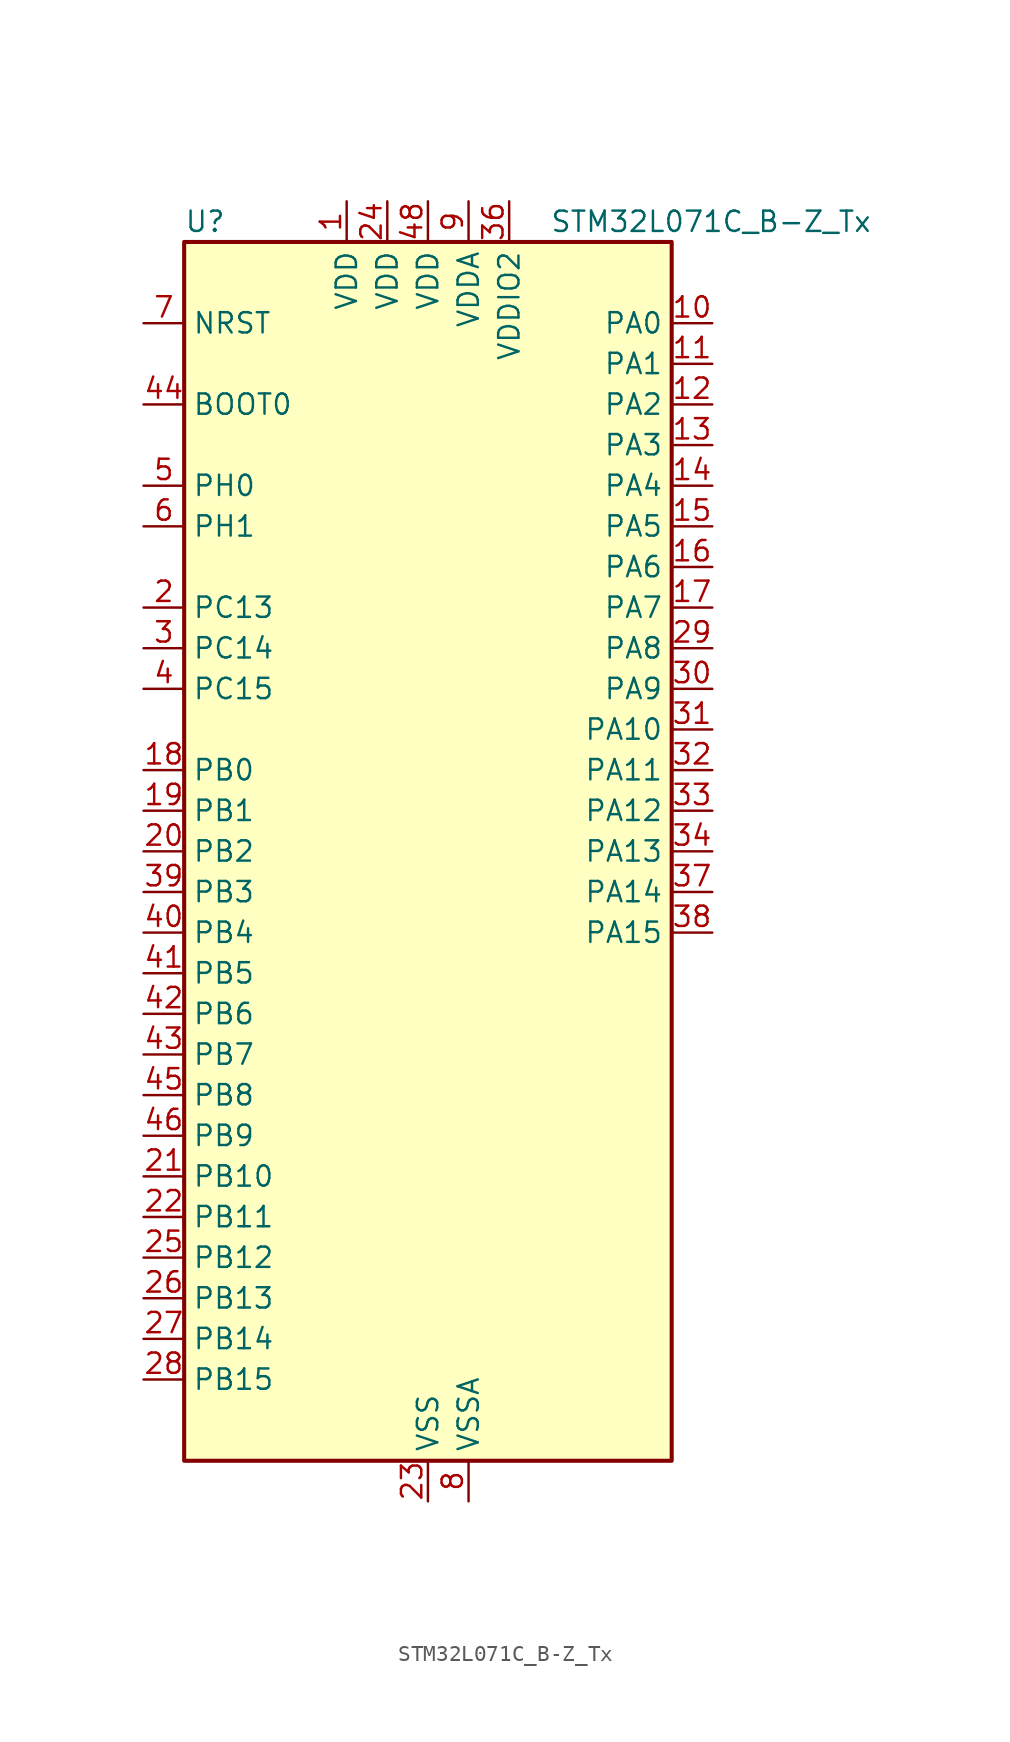
<source format=kicad_sym>
(kicad_symbol_lib
  (version 20241209)
  (generator "kicad_symbol_editor")
  (generator_version "9.0")
  (symbol "STM32L071C_B-Z_Tx"
    (property "Reference" "U"
      (at -15.24 39.37 0)
      (effects (font (size 1.27 1.27)) (justify left)))
    (property "Value" "STM32L071C_B-Z_Tx"
      (at 7.62 39.37 0)
      (effects (font (size 1.27 1.27)) (justify left)))
    (symbol "STM32L071C_B-Z_Tx_0_1"
      (rectangle (start -15.24 -38.1) (end 15.24 38.1) (stroke (width 0.254) (type default)) (fill (type background))))
    (symbol "STM32L071C_B-Z_Tx_1_1"
      (pin input line (at -17.78 33.02 0) (length 2.54) (name "NRST" (effects (font (size 1.27 1.27)))) (number "7" (effects (font (size 1.27 1.27)))))
      (pin input line (at -17.78 27.94 0) (length 2.54) (name "BOOT0" (effects (font (size 1.27 1.27)))) (number "44" (effects (font (size 1.27 1.27)))))
      (pin bidirectional line (at -17.78 22.86 0) (length 2.54) (name "PH0" (effects (font (size 1.27 1.27)))) (number "5" (effects (font (size 1.27 1.27)))) (alternate "RCC_OSC_IN" bidirectional line))
      (pin bidirectional line (at -17.78 20.32 0) (length 2.54) (name "PH1" (effects (font (size 1.27 1.27)))) (number "6" (effects (font (size 1.27 1.27)))) (alternate "RCC_OSC_OUT" bidirectional line))
      (pin bidirectional line (at -17.78 15.24 0) (length 2.54) (name "PC13" (effects (font (size 1.27 1.27)))) (number "2" (effects (font (size 1.27 1.27)))) (alternate "RTC_OUT_ALARM" bidirectional line) (alternate "RTC_OUT_CALIB" bidirectional line) (alternate "RTC_TAMP1" bidirectional line) (alternate "RTC_TS" bidirectional line) (alternate "SYS_WKUP2" bidirectional line))
      (pin bidirectional line (at -17.78 12.7 0) (length 2.54) (name "PC14" (effects (font (size 1.27 1.27)))) (number "3" (effects (font (size 1.27 1.27)))) (alternate "RCC_OSC32_IN" bidirectional line))
      (pin bidirectional line (at -17.78 10.16 0) (length 2.54) (name "PC15" (effects (font (size 1.27 1.27)))) (number "4" (effects (font (size 1.27 1.27)))) (alternate "RCC_OSC32_OUT" bidirectional line))
      (pin bidirectional line (at -17.78 5.08 0) (length 2.54) (name "PB0" (effects (font (size 1.27 1.27)))) (number "18" (effects (font (size 1.27 1.27)))) (alternate "ADC_IN8" bidirectional line) (alternate "SYS_VREF_OUT_PB0" bidirectional line) (alternate "TIM3_CH3" bidirectional line))
      (pin bidirectional line (at -17.78 2.54 0) (length 2.54) (name "PB1" (effects (font (size 1.27 1.27)))) (number "19" (effects (font (size 1.27 1.27)))) (alternate "ADC_IN9" bidirectional line) (alternate "LPUART1_DE" bidirectional line) (alternate "LPUART1_RTS" bidirectional line) (alternate "SYS_VREF_OUT_PB1" bidirectional line) (alternate "TIM3_CH4" bidirectional line))
      (pin bidirectional line (at -17.78 0 0) (length 2.54) (name "PB2" (effects (font (size 1.27 1.27)))) (number "20" (effects (font (size 1.27 1.27)))) (alternate "I2C3_SMBA" bidirectional line) (alternate "LPTIM1_OUT" bidirectional line))
      (pin bidirectional line (at -17.78 -2.54 0) (length 2.54) (name "PB3" (effects (font (size 1.27 1.27)))) (number "39" (effects (font (size 1.27 1.27)))) (alternate "COMP2_INM" bidirectional line) (alternate "SPI1_SCK" bidirectional line) (alternate "TIM2_CH2" bidirectional line) (alternate "USART1_DE" bidirectional line) (alternate "USART1_RTS" bidirectional line) (alternate "USART5_TX" bidirectional line))
      (pin bidirectional line (at -17.78 -5.08 0) (length 2.54) (name "PB4" (effects (font (size 1.27 1.27)))) (number "40" (effects (font (size 1.27 1.27)))) (alternate "COMP2_INP" bidirectional line) (alternate "I2C3_SDA" bidirectional line) (alternate "SPI1_MISO" bidirectional line) (alternate "TIM22_CH1" bidirectional line) (alternate "TIM3_CH1" bidirectional line) (alternate "USART1_CTS" bidirectional line) (alternate "USART5_RX" bidirectional line))
      (pin bidirectional line (at -17.78 -7.62 0) (length 2.54) (name "PB5" (effects (font (size 1.27 1.27)))) (number "41" (effects (font (size 1.27 1.27)))) (alternate "COMP2_INP" bidirectional line) (alternate "I2C1_SMBA" bidirectional line) (alternate "LPTIM1_IN1" bidirectional line) (alternate "SPI1_MOSI" bidirectional line) (alternate "TIM22_CH2" bidirectional line) (alternate "TIM3_CH2" bidirectional line) (alternate "USART1_CK" bidirectional line) (alternate "USART5_CK" bidirectional line) (alternate "USART5_DE" bidirectional line) (alternate "USART5_RTS" bidirectional line))
      (pin bidirectional line (at -17.78 -10.16 0) (length 2.54) (name "PB6" (effects (font (size 1.27 1.27)))) (number "42" (effects (font (size 1.27 1.27)))) (alternate "COMP2_INP" bidirectional line) (alternate "I2C1_SCL" bidirectional line) (alternate "LPTIM1_ETR" bidirectional line) (alternate "USART1_TX" bidirectional line))
      (pin bidirectional line (at -17.78 -12.7 0) (length 2.54) (name "PB7" (effects (font (size 1.27 1.27)))) (number "43" (effects (font (size 1.27 1.27)))) (alternate "COMP2_INP" bidirectional line) (alternate "I2C1_SDA" bidirectional line) (alternate "LPTIM1_IN2" bidirectional line) (alternate "SYS_PVD_IN" bidirectional line) (alternate "USART1_RX" bidirectional line) (alternate "USART4_CTS" bidirectional line))
      (pin bidirectional line (at -17.78 -15.24 0) (length 2.54) (name "PB8" (effects (font (size 1.27 1.27)))) (number "45" (effects (font (size 1.27 1.27)))) (alternate "I2C1_SCL" bidirectional line))
      (pin bidirectional line (at -17.78 -17.78 0) (length 2.54) (name "PB9" (effects (font (size 1.27 1.27)))) (number "46" (effects (font (size 1.27 1.27)))) (alternate "I2C1_SDA" bidirectional line) (alternate "I2S2_WS" bidirectional line) (alternate "SPI2_NSS" bidirectional line))
      (pin bidirectional line (at -17.78 -20.32 0) (length 2.54) (name "PB10" (effects (font (size 1.27 1.27)))) (number "21" (effects (font (size 1.27 1.27)))) (alternate "I2C2_SCL" bidirectional line) (alternate "LPUART1_RX" bidirectional line) (alternate "LPUART1_TX" bidirectional line) (alternate "SPI2_SCK" bidirectional line) (alternate "TIM2_CH3" bidirectional line))
      (pin bidirectional line (at -17.78 -22.86 0) (length 2.54) (name "PB11" (effects (font (size 1.27 1.27)))) (number "22" (effects (font (size 1.27 1.27)))) (alternate "ADC_EXTI11" bidirectional line) (alternate "I2C2_SDA" bidirectional line) (alternate "LPUART1_RX" bidirectional line) (alternate "LPUART1_TX" bidirectional line) (alternate "TIM2_CH4" bidirectional line))
      (pin bidirectional line (at -17.78 -25.4 0) (length 2.54) (name "PB12" (effects (font (size 1.27 1.27)))) (number "25" (effects (font (size 1.27 1.27)))) (alternate "I2S2_WS" bidirectional line) (alternate "LPUART1_DE" bidirectional line) (alternate "LPUART1_RTS" bidirectional line) (alternate "SPI2_NSS" bidirectional line))
      (pin bidirectional line (at -17.78 -27.94 0) (length 2.54) (name "PB13" (effects (font (size 1.27 1.27)))) (number "26" (effects (font (size 1.27 1.27)))) (alternate "I2C2_SCL" bidirectional line) (alternate "I2S2_CK" bidirectional line) (alternate "LPUART1_CTS" bidirectional line) (alternate "RCC_MCO" bidirectional line) (alternate "SPI2_SCK" bidirectional line) (alternate "TIM21_CH1" bidirectional line))
      (pin bidirectional line (at -17.78 -30.48 0) (length 2.54) (name "PB14" (effects (font (size 1.27 1.27)))) (number "27" (effects (font (size 1.27 1.27)))) (alternate "I2C2_SDA" bidirectional line) (alternate "I2S2_MCK" bidirectional line) (alternate "LPUART1_DE" bidirectional line) (alternate "LPUART1_RTS" bidirectional line) (alternate "RTC_OUT_ALARM" bidirectional line) (alternate "RTC_OUT_CALIB" bidirectional line) (alternate "SPI2_MISO" bidirectional line) (alternate "TIM21_CH2" bidirectional line))
      (pin bidirectional line (at -17.78 -33.02 0) (length 2.54) (name "PB15" (effects (font (size 1.27 1.27)))) (number "28" (effects (font (size 1.27 1.27)))) (alternate "I2S2_SD" bidirectional line) (alternate "RTC_REFIN" bidirectional line) (alternate "SPI2_MOSI" bidirectional line))
      (pin power_in line (at -5.08 40.64 270) (length 2.54) (name "VDD" (effects (font (size 1.27 1.27)))) (number "1" (effects (font (size 1.27 1.27)))))
      (pin power_in line (at -2.54 40.64 270) (length 2.54) (name "VDD" (effects (font (size 1.27 1.27)))) (number "24" (effects (font (size 1.27 1.27)))))
      (pin power_in line (at 0 40.64 270) (length 2.54) (name "VDD" (effects (font (size 1.27 1.27)))) (number "48" (effects (font (size 1.27 1.27)))))
      (pin power_in line (at 0 -40.64 90) (length 2.54) (name "VSS" (effects (font (size 1.27 1.27)))) (number "23" (effects (font (size 1.27 1.27)))))
      (pin passive line (at 0 -40.64 90) (length 2.54) (hide yes) (name "VSS" (effects (font (size 1.27 1.27)))) (number "35" (effects (font (size 1.27 1.27)))))
      (pin passive line (at 0 -40.64 90) (length 2.54) (hide yes) (name "VSS" (effects (font (size 1.27 1.27)))) (number "47" (effects (font (size 1.27 1.27)))))
      (pin power_in line (at 2.54 40.64 270) (length 2.54) (name "VDDA" (effects (font (size 1.27 1.27)))) (number "9" (effects (font (size 1.27 1.27)))))
      (pin power_in line (at 2.54 -40.64 90) (length 2.54) (name "VSSA" (effects (font (size 1.27 1.27)))) (number "8" (effects (font (size 1.27 1.27)))))
      (pin power_in line (at 5.08 40.64 270) (length 2.54) (name "VDDIO2" (effects (font (size 1.27 1.27)))) (number "36" (effects (font (size 1.27 1.27)))))
      (pin bidirectional line (at 17.78 33.02 180) (length 2.54) (name "PA0" (effects (font (size 1.27 1.27)))) (number "10" (effects (font (size 1.27 1.27)))) (alternate "ADC_IN0" bidirectional line) (alternate "COMP1_INM" bidirectional line) (alternate "COMP1_OUT" bidirectional line) (alternate "RTC_TAMP2" bidirectional line) (alternate "SYS_WKUP1" bidirectional line) (alternate "TIM2_CH1" bidirectional line) (alternate "TIM2_ETR" bidirectional line) (alternate "USART2_CTS" bidirectional line) (alternate "USART4_TX" bidirectional line))
      (pin bidirectional line (at 17.78 30.48 180) (length 2.54) (name "PA1" (effects (font (size 1.27 1.27)))) (number "11" (effects (font (size 1.27 1.27)))) (alternate "ADC_IN1" bidirectional line) (alternate "COMP1_INP" bidirectional line) (alternate "TIM21_ETR" bidirectional line) (alternate "TIM2_CH2" bidirectional line) (alternate "USART2_DE" bidirectional line) (alternate "USART2_RTS" bidirectional line) (alternate "USART4_RX" bidirectional line))
      (pin bidirectional line (at 17.78 27.94 180) (length 2.54) (name "PA2" (effects (font (size 1.27 1.27)))) (number "12" (effects (font (size 1.27 1.27)))) (alternate "ADC_IN2" bidirectional line) (alternate "COMP2_INM" bidirectional line) (alternate "COMP2_OUT" bidirectional line) (alternate "LPUART1_TX" bidirectional line) (alternate "TIM21_CH1" bidirectional line) (alternate "TIM2_CH3" bidirectional line) (alternate "USART2_TX" bidirectional line))
      (pin bidirectional line (at 17.78 25.4 180) (length 2.54) (name "PA3" (effects (font (size 1.27 1.27)))) (number "13" (effects (font (size 1.27 1.27)))) (alternate "ADC_IN3" bidirectional line) (alternate "COMP2_INP" bidirectional line) (alternate "LPUART1_RX" bidirectional line) (alternate "TIM21_CH2" bidirectional line) (alternate "TIM2_CH4" bidirectional line) (alternate "USART2_RX" bidirectional line))
      (pin bidirectional line (at 17.78 22.86 180) (length 2.54) (name "PA4" (effects (font (size 1.27 1.27)))) (number "14" (effects (font (size 1.27 1.27)))) (alternate "ADC_IN4" bidirectional line) (alternate "COMP1_INM" bidirectional line) (alternate "COMP2_INM" bidirectional line) (alternate "SPI1_NSS" bidirectional line) (alternate "TIM22_ETR" bidirectional line) (alternate "USART2_CK" bidirectional line))
      (pin bidirectional line (at 17.78 20.32 180) (length 2.54) (name "PA5" (effects (font (size 1.27 1.27)))) (number "15" (effects (font (size 1.27 1.27)))) (alternate "ADC_IN5" bidirectional line) (alternate "COMP1_INM" bidirectional line) (alternate "COMP2_INM" bidirectional line) (alternate "SPI1_SCK" bidirectional line) (alternate "TIM2_CH1" bidirectional line) (alternate "TIM2_ETR" bidirectional line))
      (pin bidirectional line (at 17.78 17.78 180) (length 2.54) (name "PA6" (effects (font (size 1.27 1.27)))) (number "16" (effects (font (size 1.27 1.27)))) (alternate "ADC_IN6" bidirectional line) (alternate "COMP1_OUT" bidirectional line) (alternate "LPUART1_CTS" bidirectional line) (alternate "SPI1_MISO" bidirectional line) (alternate "TIM22_CH1" bidirectional line) (alternate "TIM3_CH1" bidirectional line))
      (pin bidirectional line (at 17.78 15.24 180) (length 2.54) (name "PA7" (effects (font (size 1.27 1.27)))) (number "17" (effects (font (size 1.27 1.27)))) (alternate "ADC_IN7" bidirectional line) (alternate "COMP2_OUT" bidirectional line) (alternate "SPI1_MOSI" bidirectional line) (alternate "TIM22_CH2" bidirectional line) (alternate "TIM3_CH2" bidirectional line))
      (pin bidirectional line (at 17.78 12.7 180) (length 2.54) (name "PA8" (effects (font (size 1.27 1.27)))) (number "29" (effects (font (size 1.27 1.27)))) (alternate "I2C3_SCL" bidirectional line) (alternate "RCC_MCO" bidirectional line) (alternate "USART1_CK" bidirectional line))
      (pin bidirectional line (at 17.78 10.16 180) (length 2.54) (name "PA9" (effects (font (size 1.27 1.27)))) (number "30" (effects (font (size 1.27 1.27)))) (alternate "I2C1_SCL" bidirectional line) (alternate "I2C3_SMBA" bidirectional line) (alternate "RCC_MCO" bidirectional line) (alternate "USART1_TX" bidirectional line))
      (pin bidirectional line (at 17.78 7.62 180) (length 2.54) (name "PA10" (effects (font (size 1.27 1.27)))) (number "31" (effects (font (size 1.27 1.27)))) (alternate "I2C1_SDA" bidirectional line) (alternate "USART1_RX" bidirectional line))
      (pin bidirectional line (at 17.78 5.08 180) (length 2.54) (name "PA11" (effects (font (size 1.27 1.27)))) (number "32" (effects (font (size 1.27 1.27)))) (alternate "ADC_EXTI11" bidirectional line) (alternate "COMP1_OUT" bidirectional line) (alternate "SPI1_MISO" bidirectional line) (alternate "USART1_CTS" bidirectional line))
      (pin bidirectional line (at 17.78 2.54 180) (length 2.54) (name "PA12" (effects (font (size 1.27 1.27)))) (number "33" (effects (font (size 1.27 1.27)))) (alternate "COMP2_OUT" bidirectional line) (alternate "SPI1_MOSI" bidirectional line) (alternate "USART1_DE" bidirectional line) (alternate "USART1_RTS" bidirectional line))
      (pin bidirectional line (at 17.78 0 180) (length 2.54) (name "PA13" (effects (font (size 1.27 1.27)))) (number "34" (effects (font (size 1.27 1.27)))) (alternate "LPUART1_RX" bidirectional line) (alternate "SYS_SWDIO" bidirectional line))
      (pin bidirectional line (at 17.78 -2.54 180) (length 2.54) (name "PA14" (effects (font (size 1.27 1.27)))) (number "37" (effects (font (size 1.27 1.27)))) (alternate "LPUART1_TX" bidirectional line) (alternate "SYS_SWCLK" bidirectional line) (alternate "USART2_TX" bidirectional line))
      (pin bidirectional line (at 17.78 -5.08 180) (length 2.54) (name "PA15" (effects (font (size 1.27 1.27)))) (number "38" (effects (font (size 1.27 1.27)))) (alternate "SPI1_NSS" bidirectional line) (alternate "TIM2_CH1" bidirectional line) (alternate "TIM2_ETR" bidirectional line) (alternate "USART2_RX" bidirectional line) (alternate "USART4_DE" bidirectional line) (alternate "USART4_RTS" bidirectional line)))))
</source>
